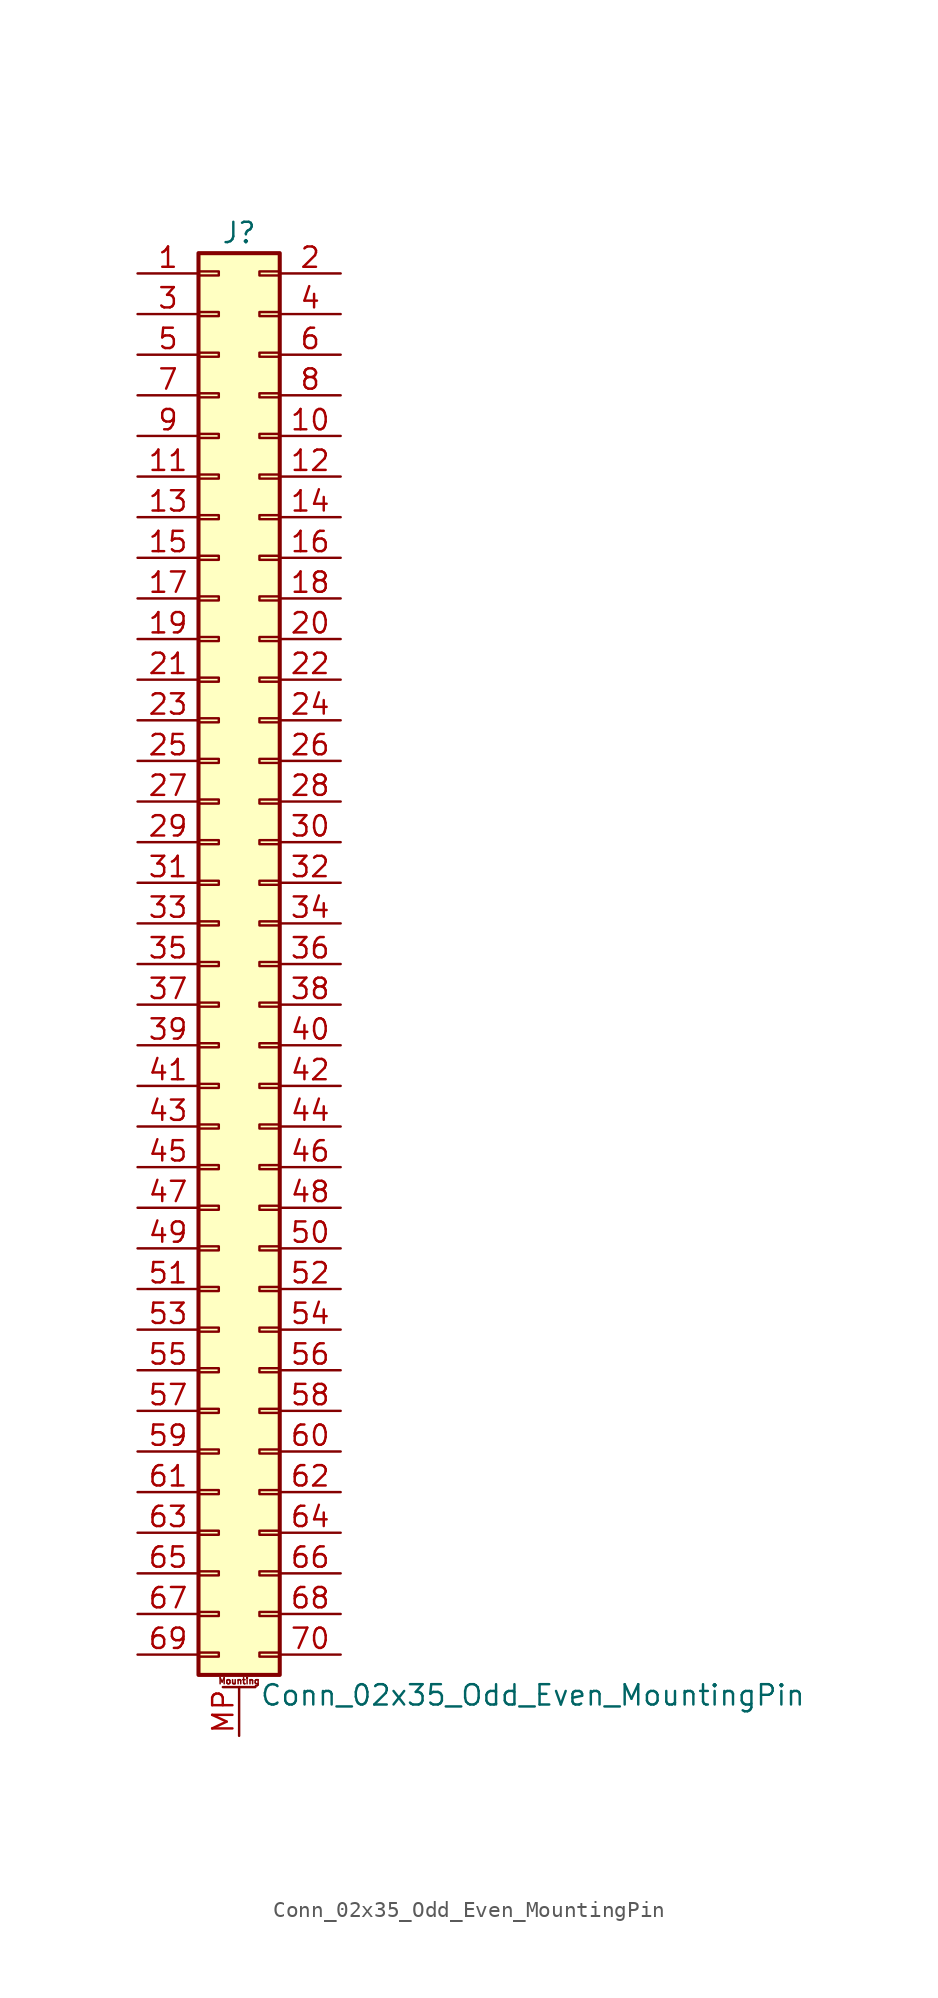
<source format=kicad_sym>
(kicad_symbol_lib
  (version 20211014)
  (generator kicad_symbol_editor)
  (symbol "Conn_02x35_Odd_Even_MountingPin"
    (pin_names
      (offset 1.016) hide)
    (property "Reference" "J"
      (at 1.27 45.72 0)
      (effects (font (size 1.27 1.27))))
    (property "Value" "Conn_02x35_Odd_Even_MountingPin"
      (at 2.54 -45.72 0)
      (effects (font (size 1.27 1.27)) (justify left)))
    (symbol "Conn_02x35_Odd_Even_MountingPin_1_1"
      (rectangle (start -1.27 -43.053) (end 0 -43.307) (stroke (width 0.152) (type default) (color 0 0 0 0)) (fill (type none)))
      (rectangle (start -1.27 -40.513) (end 0 -40.767) (stroke (width 0.152) (type default) (color 0 0 0 0)) (fill (type none)))
      (rectangle (start -1.27 -37.973) (end 0 -38.227) (stroke (width 0.152) (type default) (color 0 0 0 0)) (fill (type none)))
      (rectangle (start -1.27 -35.433) (end 0 -35.687) (stroke (width 0.152) (type default) (color 0 0 0 0)) (fill (type none)))
      (rectangle (start -1.27 -32.893) (end 0 -33.147) (stroke (width 0.152) (type default) (color 0 0 0 0)) (fill (type none)))
      (rectangle (start -1.27 -30.353) (end 0 -30.607) (stroke (width 0.152) (type default) (color 0 0 0 0)) (fill (type none)))
      (rectangle (start -1.27 -27.813) (end 0 -28.067) (stroke (width 0.152) (type default) (color 0 0 0 0)) (fill (type none)))
      (rectangle (start -1.27 -25.273) (end 0 -25.527) (stroke (width 0.152) (type default) (color 0 0 0 0)) (fill (type none)))
      (rectangle (start -1.27 -22.733) (end 0 -22.987) (stroke (width 0.152) (type default) (color 0 0 0 0)) (fill (type none)))
      (rectangle (start -1.27 -20.193) (end 0 -20.447) (stroke (width 0.152) (type default) (color 0 0 0 0)) (fill (type none)))
      (rectangle (start -1.27 -17.653) (end 0 -17.907) (stroke (width 0.152) (type default) (color 0 0 0 0)) (fill (type none)))
      (rectangle (start -1.27 -15.113) (end 0 -15.367) (stroke (width 0.152) (type default) (color 0 0 0 0)) (fill (type none)))
      (rectangle (start -1.27 -12.573) (end 0 -12.827) (stroke (width 0.152) (type default) (color 0 0 0 0)) (fill (type none)))
      (rectangle (start -1.27 -10.033) (end 0 -10.287) (stroke (width 0.152) (type default) (color 0 0 0 0)) (fill (type none)))
      (rectangle (start -1.27 -7.493) (end 0 -7.747) (stroke (width 0.152) (type default) (color 0 0 0 0)) (fill (type none)))
      (rectangle (start -1.27 -4.953) (end 0 -5.207) (stroke (width 0.152) (type default) (color 0 0 0 0)) (fill (type none)))
      (rectangle (start -1.27 -2.413) (end 0 -2.667) (stroke (width 0.152) (type default) (color 0 0 0 0)) (fill (type none)))
      (rectangle (start -1.27 0.127) (end 0 -0.127) (stroke (width 0.152) (type default) (color 0 0 0 0)) (fill (type none)))
      (rectangle (start -1.27 2.667) (end 0 2.413) (stroke (width 0.152) (type default) (color 0 0 0 0)) (fill (type none)))
      (rectangle (start -1.27 5.207) (end 0 4.953) (stroke (width 0.152) (type default) (color 0 0 0 0)) (fill (type none)))
      (rectangle (start -1.27 7.747) (end 0 7.493) (stroke (width 0.152) (type default) (color 0 0 0 0)) (fill (type none)))
      (rectangle (start -1.27 10.287) (end 0 10.033) (stroke (width 0.152) (type default) (color 0 0 0 0)) (fill (type none)))
      (rectangle (start -1.27 12.827) (end 0 12.573) (stroke (width 0.152) (type default) (color 0 0 0 0)) (fill (type none)))
      (rectangle (start -1.27 15.367) (end 0 15.113) (stroke (width 0.152) (type default) (color 0 0 0 0)) (fill (type none)))
      (rectangle (start -1.27 17.907) (end 0 17.653) (stroke (width 0.152) (type default) (color 0 0 0 0)) (fill (type none)))
      (rectangle (start -1.27 20.447) (end 0 20.193) (stroke (width 0.152) (type default) (color 0 0 0 0)) (fill (type none)))
      (rectangle (start -1.27 22.987) (end 0 22.733) (stroke (width 0.152) (type default) (color 0 0 0 0)) (fill (type none)))
      (rectangle (start -1.27 25.527) (end 0 25.273) (stroke (width 0.152) (type default) (color 0 0 0 0)) (fill (type none)))
      (rectangle (start -1.27 28.067) (end 0 27.813) (stroke (width 0.152) (type default) (color 0 0 0 0)) (fill (type none)))
      (rectangle (start -1.27 30.607) (end 0 30.353) (stroke (width 0.152) (type default) (color 0 0 0 0)) (fill (type none)))
      (rectangle (start -1.27 33.147) (end 0 32.893) (stroke (width 0.152) (type default) (color 0 0 0 0)) (fill (type none)))
      (rectangle (start -1.27 35.687) (end 0 35.433) (stroke (width 0.152) (type default) (color 0 0 0 0)) (fill (type none)))
      (rectangle (start -1.27 38.227) (end 0 37.973) (stroke (width 0.152) (type default) (color 0 0 0 0)) (fill (type none)))
      (rectangle (start -1.27 40.767) (end 0 40.513) (stroke (width 0.152) (type default) (color 0 0 0 0)) (fill (type none)))
      (rectangle (start -1.27 43.307) (end 0 43.053) (stroke (width 0.152) (type default) (color 0 0 0 0)) (fill (type none)))
      (rectangle (start -1.27 44.45) (end 3.81 -44.45) (stroke (width 0.254) (type default) (color 0 0 0 0)) (fill (type background)))
      (polyline (pts (xy 0.254 -45.212) (xy 2.286 -45.212)) (stroke (width 0.152) (type default) (color 0 0 0 0)) (fill (type none)))
      (rectangle (start 3.81 -43.053) (end 2.54 -43.307) (stroke (width 0.152) (type default) (color 0 0 0 0)) (fill (type none)))
      (rectangle (start 3.81 -40.513) (end 2.54 -40.767) (stroke (width 0.152) (type default) (color 0 0 0 0)) (fill (type none)))
      (rectangle (start 3.81 -37.973) (end 2.54 -38.227) (stroke (width 0.152) (type default) (color 0 0 0 0)) (fill (type none)))
      (rectangle (start 3.81 -35.433) (end 2.54 -35.687) (stroke (width 0.152) (type default) (color 0 0 0 0)) (fill (type none)))
      (rectangle (start 3.81 -32.893) (end 2.54 -33.147) (stroke (width 0.152) (type default) (color 0 0 0 0)) (fill (type none)))
      (rectangle (start 3.81 -30.353) (end 2.54 -30.607) (stroke (width 0.152) (type default) (color 0 0 0 0)) (fill (type none)))
      (rectangle (start 3.81 -27.813) (end 2.54 -28.067) (stroke (width 0.152) (type default) (color 0 0 0 0)) (fill (type none)))
      (rectangle (start 3.81 -25.273) (end 2.54 -25.527) (stroke (width 0.152) (type default) (color 0 0 0 0)) (fill (type none)))
      (rectangle (start 3.81 -22.733) (end 2.54 -22.987) (stroke (width 0.152) (type default) (color 0 0 0 0)) (fill (type none)))
      (rectangle (start 3.81 -20.193) (end 2.54 -20.447) (stroke (width 0.152) (type default) (color 0 0 0 0)) (fill (type none)))
      (rectangle (start 3.81 -17.653) (end 2.54 -17.907) (stroke (width 0.152) (type default) (color 0 0 0 0)) (fill (type none)))
      (rectangle (start 3.81 -15.113) (end 2.54 -15.367) (stroke (width 0.152) (type default) (color 0 0 0 0)) (fill (type none)))
      (rectangle (start 3.81 -12.573) (end 2.54 -12.827) (stroke (width 0.152) (type default) (color 0 0 0 0)) (fill (type none)))
      (rectangle (start 3.81 -10.033) (end 2.54 -10.287) (stroke (width 0.152) (type default) (color 0 0 0 0)) (fill (type none)))
      (rectangle (start 3.81 -7.493) (end 2.54 -7.747) (stroke (width 0.152) (type default) (color 0 0 0 0)) (fill (type none)))
      (rectangle (start 3.81 -4.953) (end 2.54 -5.207) (stroke (width 0.152) (type default) (color 0 0 0 0)) (fill (type none)))
      (rectangle (start 3.81 -2.413) (end 2.54 -2.667) (stroke (width 0.152) (type default) (color 0 0 0 0)) (fill (type none)))
      (rectangle (start 3.81 0.127) (end 2.54 -0.127) (stroke (width 0.152) (type default) (color 0 0 0 0)) (fill (type none)))
      (rectangle (start 3.81 2.667) (end 2.54 2.413) (stroke (width 0.152) (type default) (color 0 0 0 0)) (fill (type none)))
      (rectangle (start 3.81 5.207) (end 2.54 4.953) (stroke (width 0.152) (type default) (color 0 0 0 0)) (fill (type none)))
      (rectangle (start 3.81 7.747) (end 2.54 7.493) (stroke (width 0.152) (type default) (color 0 0 0 0)) (fill (type none)))
      (rectangle (start 3.81 10.287) (end 2.54 10.033) (stroke (width 0.152) (type default) (color 0 0 0 0)) (fill (type none)))
      (rectangle (start 3.81 12.827) (end 2.54 12.573) (stroke (width 0.152) (type default) (color 0 0 0 0)) (fill (type none)))
      (rectangle (start 3.81 15.367) (end 2.54 15.113) (stroke (width 0.152) (type default) (color 0 0 0 0)) (fill (type none)))
      (rectangle (start 3.81 17.907) (end 2.54 17.653) (stroke (width 0.152) (type default) (color 0 0 0 0)) (fill (type none)))
      (rectangle (start 3.81 20.447) (end 2.54 20.193) (stroke (width 0.152) (type default) (color 0 0 0 0)) (fill (type none)))
      (rectangle (start 3.81 22.987) (end 2.54 22.733) (stroke (width 0.152) (type default) (color 0 0 0 0)) (fill (type none)))
      (rectangle (start 3.81 25.527) (end 2.54 25.273) (stroke (width 0.152) (type default) (color 0 0 0 0)) (fill (type none)))
      (rectangle (start 3.81 28.067) (end 2.54 27.813) (stroke (width 0.152) (type default) (color 0 0 0 0)) (fill (type none)))
      (rectangle (start 3.81 30.607) (end 2.54 30.353) (stroke (width 0.152) (type default) (color 0 0 0 0)) (fill (type none)))
      (rectangle (start 3.81 33.147) (end 2.54 32.893) (stroke (width 0.152) (type default) (color 0 0 0 0)) (fill (type none)))
      (rectangle (start 3.81 35.687) (end 2.54 35.433) (stroke (width 0.152) (type default) (color 0 0 0 0)) (fill (type none)))
      (rectangle (start 3.81 38.227) (end 2.54 37.973) (stroke (width 0.152) (type default) (color 0 0 0 0)) (fill (type none)))
      (rectangle (start 3.81 40.767) (end 2.54 40.513) (stroke (width 0.152) (type default) (color 0 0 0 0)) (fill (type none)))
      (rectangle (start 3.81 43.307) (end 2.54 43.053) (stroke (width 0.152) (type default) (color 0 0 0 0)) (fill (type none)))
      (text "Mounting" (at 1.27 -44.831 0) (effects (font (size 0.381 0.381))))
      (pin passive line (at -5.08 43.18 0) (length 3.81) (name "Pin_1" (effects (font (size 1.27 1.27)))) (number "1" (effects (font (size 1.27 1.27)))))
      (pin passive line (at 7.62 33.02 180) (length 3.81) (name "Pin_10" (effects (font (size 1.27 1.27)))) (number "10" (effects (font (size 1.27 1.27)))))
      (pin passive line (at -5.08 30.48 0) (length 3.81) (name "Pin_11" (effects (font (size 1.27 1.27)))) (number "11" (effects (font (size 1.27 1.27)))))
      (pin passive line (at 7.62 30.48 180) (length 3.81) (name "Pin_12" (effects (font (size 1.27 1.27)))) (number "12" (effects (font (size 1.27 1.27)))))
      (pin passive line (at -5.08 27.94 0) (length 3.81) (name "Pin_13" (effects (font (size 1.27 1.27)))) (number "13" (effects (font (size 1.27 1.27)))))
      (pin passive line (at 7.62 27.94 180) (length 3.81) (name "Pin_14" (effects (font (size 1.27 1.27)))) (number "14" (effects (font (size 1.27 1.27)))))
      (pin passive line (at -5.08 25.4 0) (length 3.81) (name "Pin_15" (effects (font (size 1.27 1.27)))) (number "15" (effects (font (size 1.27 1.27)))))
      (pin passive line (at 7.62 25.4 180) (length 3.81) (name "Pin_16" (effects (font (size 1.27 1.27)))) (number "16" (effects (font (size 1.27 1.27)))))
      (pin passive line (at -5.08 22.86 0) (length 3.81) (name "Pin_17" (effects (font (size 1.27 1.27)))) (number "17" (effects (font (size 1.27 1.27)))))
      (pin passive line (at 7.62 22.86 180) (length 3.81) (name "Pin_18" (effects (font (size 1.27 1.27)))) (number "18" (effects (font (size 1.27 1.27)))))
      (pin passive line (at -5.08 20.32 0) (length 3.81) (name "Pin_19" (effects (font (size 1.27 1.27)))) (number "19" (effects (font (size 1.27 1.27)))))
      (pin passive line (at 7.62 43.18 180) (length 3.81) (name "Pin_2" (effects (font (size 1.27 1.27)))) (number "2" (effects (font (size 1.27 1.27)))))
      (pin passive line (at 7.62 20.32 180) (length 3.81) (name "Pin_20" (effects (font (size 1.27 1.27)))) (number "20" (effects (font (size 1.27 1.27)))))
      (pin passive line (at -5.08 17.78 0) (length 3.81) (name "Pin_21" (effects (font (size 1.27 1.27)))) (number "21" (effects (font (size 1.27 1.27)))))
      (pin passive line (at 7.62 17.78 180) (length 3.81) (name "Pin_22" (effects (font (size 1.27 1.27)))) (number "22" (effects (font (size 1.27 1.27)))))
      (pin passive line (at -5.08 15.24 0) (length 3.81) (name "Pin_23" (effects (font (size 1.27 1.27)))) (number "23" (effects (font (size 1.27 1.27)))))
      (pin passive line (at 7.62 15.24 180) (length 3.81) (name "Pin_24" (effects (font (size 1.27 1.27)))) (number "24" (effects (font (size 1.27 1.27)))))
      (pin passive line (at -5.08 12.7 0) (length 3.81) (name "Pin_25" (effects (font (size 1.27 1.27)))) (number "25" (effects (font (size 1.27 1.27)))))
      (pin passive line (at 7.62 12.7 180) (length 3.81) (name "Pin_26" (effects (font (size 1.27 1.27)))) (number "26" (effects (font (size 1.27 1.27)))))
      (pin passive line (at -5.08 10.16 0) (length 3.81) (name "Pin_27" (effects (font (size 1.27 1.27)))) (number "27" (effects (font (size 1.27 1.27)))))
      (pin passive line (at 7.62 10.16 180) (length 3.81) (name "Pin_28" (effects (font (size 1.27 1.27)))) (number "28" (effects (font (size 1.27 1.27)))))
      (pin passive line (at -5.08 7.62 0) (length 3.81) (name "Pin_29" (effects (font (size 1.27 1.27)))) (number "29" (effects (font (size 1.27 1.27)))))
      (pin passive line (at -5.08 40.64 0) (length 3.81) (name "Pin_3" (effects (font (size 1.27 1.27)))) (number "3" (effects (font (size 1.27 1.27)))))
      (pin passive line (at 7.62 7.62 180) (length 3.81) (name "Pin_30" (effects (font (size 1.27 1.27)))) (number "30" (effects (font (size 1.27 1.27)))))
      (pin passive line (at -5.08 5.08 0) (length 3.81) (name "Pin_31" (effects (font (size 1.27 1.27)))) (number "31" (effects (font (size 1.27 1.27)))))
      (pin passive line (at 7.62 5.08 180) (length 3.81) (name "Pin_32" (effects (font (size 1.27 1.27)))) (number "32" (effects (font (size 1.27 1.27)))))
      (pin passive line (at -5.08 2.54 0) (length 3.81) (name "Pin_33" (effects (font (size 1.27 1.27)))) (number "33" (effects (font (size 1.27 1.27)))))
      (pin passive line (at 7.62 2.54 180) (length 3.81) (name "Pin_34" (effects (font (size 1.27 1.27)))) (number "34" (effects (font (size 1.27 1.27)))))
      (pin passive line (at -5.08 0 0) (length 3.81) (name "Pin_35" (effects (font (size 1.27 1.27)))) (number "35" (effects (font (size 1.27 1.27)))))
      (pin passive line (at 7.62 0 180) (length 3.81) (name "Pin_36" (effects (font (size 1.27 1.27)))) (number "36" (effects (font (size 1.27 1.27)))))
      (pin passive line (at -5.08 -2.54 0) (length 3.81) (name "Pin_37" (effects (font (size 1.27 1.27)))) (number "37" (effects (font (size 1.27 1.27)))))
      (pin passive line (at 7.62 -2.54 180) (length 3.81) (name "Pin_38" (effects (font (size 1.27 1.27)))) (number "38" (effects (font (size 1.27 1.27)))))
      (pin passive line (at -5.08 -5.08 0) (length 3.81) (name "Pin_39" (effects (font (size 1.27 1.27)))) (number "39" (effects (font (size 1.27 1.27)))))
      (pin passive line (at 7.62 40.64 180) (length 3.81) (name "Pin_4" (effects (font (size 1.27 1.27)))) (number "4" (effects (font (size 1.27 1.27)))))
      (pin passive line (at 7.62 -5.08 180) (length 3.81) (name "Pin_40" (effects (font (size 1.27 1.27)))) (number "40" (effects (font (size 1.27 1.27)))))
      (pin passive line (at -5.08 -7.62 0) (length 3.81) (name "Pin_41" (effects (font (size 1.27 1.27)))) (number "41" (effects (font (size 1.27 1.27)))))
      (pin passive line (at 7.62 -7.62 180) (length 3.81) (name "Pin_42" (effects (font (size 1.27 1.27)))) (number "42" (effects (font (size 1.27 1.27)))))
      (pin passive line (at -5.08 -10.16 0) (length 3.81) (name "Pin_43" (effects (font (size 1.27 1.27)))) (number "43" (effects (font (size 1.27 1.27)))))
      (pin passive line (at 7.62 -10.16 180) (length 3.81) (name "Pin_44" (effects (font (size 1.27 1.27)))) (number "44" (effects (font (size 1.27 1.27)))))
      (pin passive line (at -5.08 -12.7 0) (length 3.81) (name "Pin_45" (effects (font (size 1.27 1.27)))) (number "45" (effects (font (size 1.27 1.27)))))
      (pin passive line (at 7.62 -12.7 180) (length 3.81) (name "Pin_46" (effects (font (size 1.27 1.27)))) (number "46" (effects (font (size 1.27 1.27)))))
      (pin passive line (at -5.08 -15.24 0) (length 3.81) (name "Pin_47" (effects (font (size 1.27 1.27)))) (number "47" (effects (font (size 1.27 1.27)))))
      (pin passive line (at 7.62 -15.24 180) (length 3.81) (name "Pin_48" (effects (font (size 1.27 1.27)))) (number "48" (effects (font (size 1.27 1.27)))))
      (pin passive line (at -5.08 -17.78 0) (length 3.81) (name "Pin_49" (effects (font (size 1.27 1.27)))) (number "49" (effects (font (size 1.27 1.27)))))
      (pin passive line (at -5.08 38.1 0) (length 3.81) (name "Pin_5" (effects (font (size 1.27 1.27)))) (number "5" (effects (font (size 1.27 1.27)))))
      (pin passive line (at 7.62 -17.78 180) (length 3.81) (name "Pin_50" (effects (font (size 1.27 1.27)))) (number "50" (effects (font (size 1.27 1.27)))))
      (pin passive line (at -5.08 -20.32 0) (length 3.81) (name "Pin_51" (effects (font (size 1.27 1.27)))) (number "51" (effects (font (size 1.27 1.27)))))
      (pin passive line (at 7.62 -20.32 180) (length 3.81) (name "Pin_52" (effects (font (size 1.27 1.27)))) (number "52" (effects (font (size 1.27 1.27)))))
      (pin passive line (at -5.08 -22.86 0) (length 3.81) (name "Pin_53" (effects (font (size 1.27 1.27)))) (number "53" (effects (font (size 1.27 1.27)))))
      (pin passive line (at 7.62 -22.86 180) (length 3.81) (name "Pin_54" (effects (font (size 1.27 1.27)))) (number "54" (effects (font (size 1.27 1.27)))))
      (pin passive line (at -5.08 -25.4 0) (length 3.81) (name "Pin_55" (effects (font (size 1.27 1.27)))) (number "55" (effects (font (size 1.27 1.27)))))
      (pin passive line (at 7.62 -25.4 180) (length 3.81) (name "Pin_56" (effects (font (size 1.27 1.27)))) (number "56" (effects (font (size 1.27 1.27)))))
      (pin passive line (at -5.08 -27.94 0) (length 3.81) (name "Pin_57" (effects (font (size 1.27 1.27)))) (number "57" (effects (font (size 1.27 1.27)))))
      (pin passive line (at 7.62 -27.94 180) (length 3.81) (name "Pin_58" (effects (font (size 1.27 1.27)))) (number "58" (effects (font (size 1.27 1.27)))))
      (pin passive line (at -5.08 -30.48 0) (length 3.81) (name "Pin_59" (effects (font (size 1.27 1.27)))) (number "59" (effects (font (size 1.27 1.27)))))
      (pin passive line (at 7.62 38.1 180) (length 3.81) (name "Pin_6" (effects (font (size 1.27 1.27)))) (number "6" (effects (font (size 1.27 1.27)))))
      (pin passive line (at 7.62 -30.48 180) (length 3.81) (name "Pin_60" (effects (font (size 1.27 1.27)))) (number "60" (effects (font (size 1.27 1.27)))))
      (pin passive line (at -5.08 -33.02 0) (length 3.81) (name "Pin_61" (effects (font (size 1.27 1.27)))) (number "61" (effects (font (size 1.27 1.27)))))
      (pin passive line (at 7.62 -33.02 180) (length 3.81) (name "Pin_62" (effects (font (size 1.27 1.27)))) (number "62" (effects (font (size 1.27 1.27)))))
      (pin passive line (at -5.08 -35.56 0) (length 3.81) (name "Pin_63" (effects (font (size 1.27 1.27)))) (number "63" (effects (font (size 1.27 1.27)))))
      (pin passive line (at 7.62 -35.56 180) (length 3.81) (name "Pin_64" (effects (font (size 1.27 1.27)))) (number "64" (effects (font (size 1.27 1.27)))))
      (pin passive line (at -5.08 -38.1 0) (length 3.81) (name "Pin_65" (effects (font (size 1.27 1.27)))) (number "65" (effects (font (size 1.27 1.27)))))
      (pin passive line (at 7.62 -38.1 180) (length 3.81) (name "Pin_66" (effects (font (size 1.27 1.27)))) (number "66" (effects (font (size 1.27 1.27)))))
      (pin passive line (at -5.08 -40.64 0) (length 3.81) (name "Pin_67" (effects (font (size 1.27 1.27)))) (number "67" (effects (font (size 1.27 1.27)))))
      (pin passive line (at 7.62 -40.64 180) (length 3.81) (name "Pin_68" (effects (font (size 1.27 1.27)))) (number "68" (effects (font (size 1.27 1.27)))))
      (pin passive line (at -5.08 -43.18 0) (length 3.81) (name "Pin_69" (effects (font (size 1.27 1.27)))) (number "69" (effects (font (size 1.27 1.27)))))
      (pin passive line (at -5.08 35.56 0) (length 3.81) (name "Pin_7" (effects (font (size 1.27 1.27)))) (number "7" (effects (font (size 1.27 1.27)))))
      (pin passive line (at 7.62 -43.18 180) (length 3.81) (name "Pin_70" (effects (font (size 1.27 1.27)))) (number "70" (effects (font (size 1.27 1.27)))))
      (pin passive line (at 7.62 35.56 180) (length 3.81) (name "Pin_8" (effects (font (size 1.27 1.27)))) (number "8" (effects (font (size 1.27 1.27)))))
      (pin passive line (at -5.08 33.02 0) (length 3.81) (name "Pin_9" (effects (font (size 1.27 1.27)))) (number "9" (effects (font (size 1.27 1.27)))))
      (pin passive line (at 1.27 -48.26 90) (length 3.048) (name "MountPin" (effects (font (size 1.27 1.27)))) (number "MP" (effects (font (size 1.27 1.27))))))))
</source>
